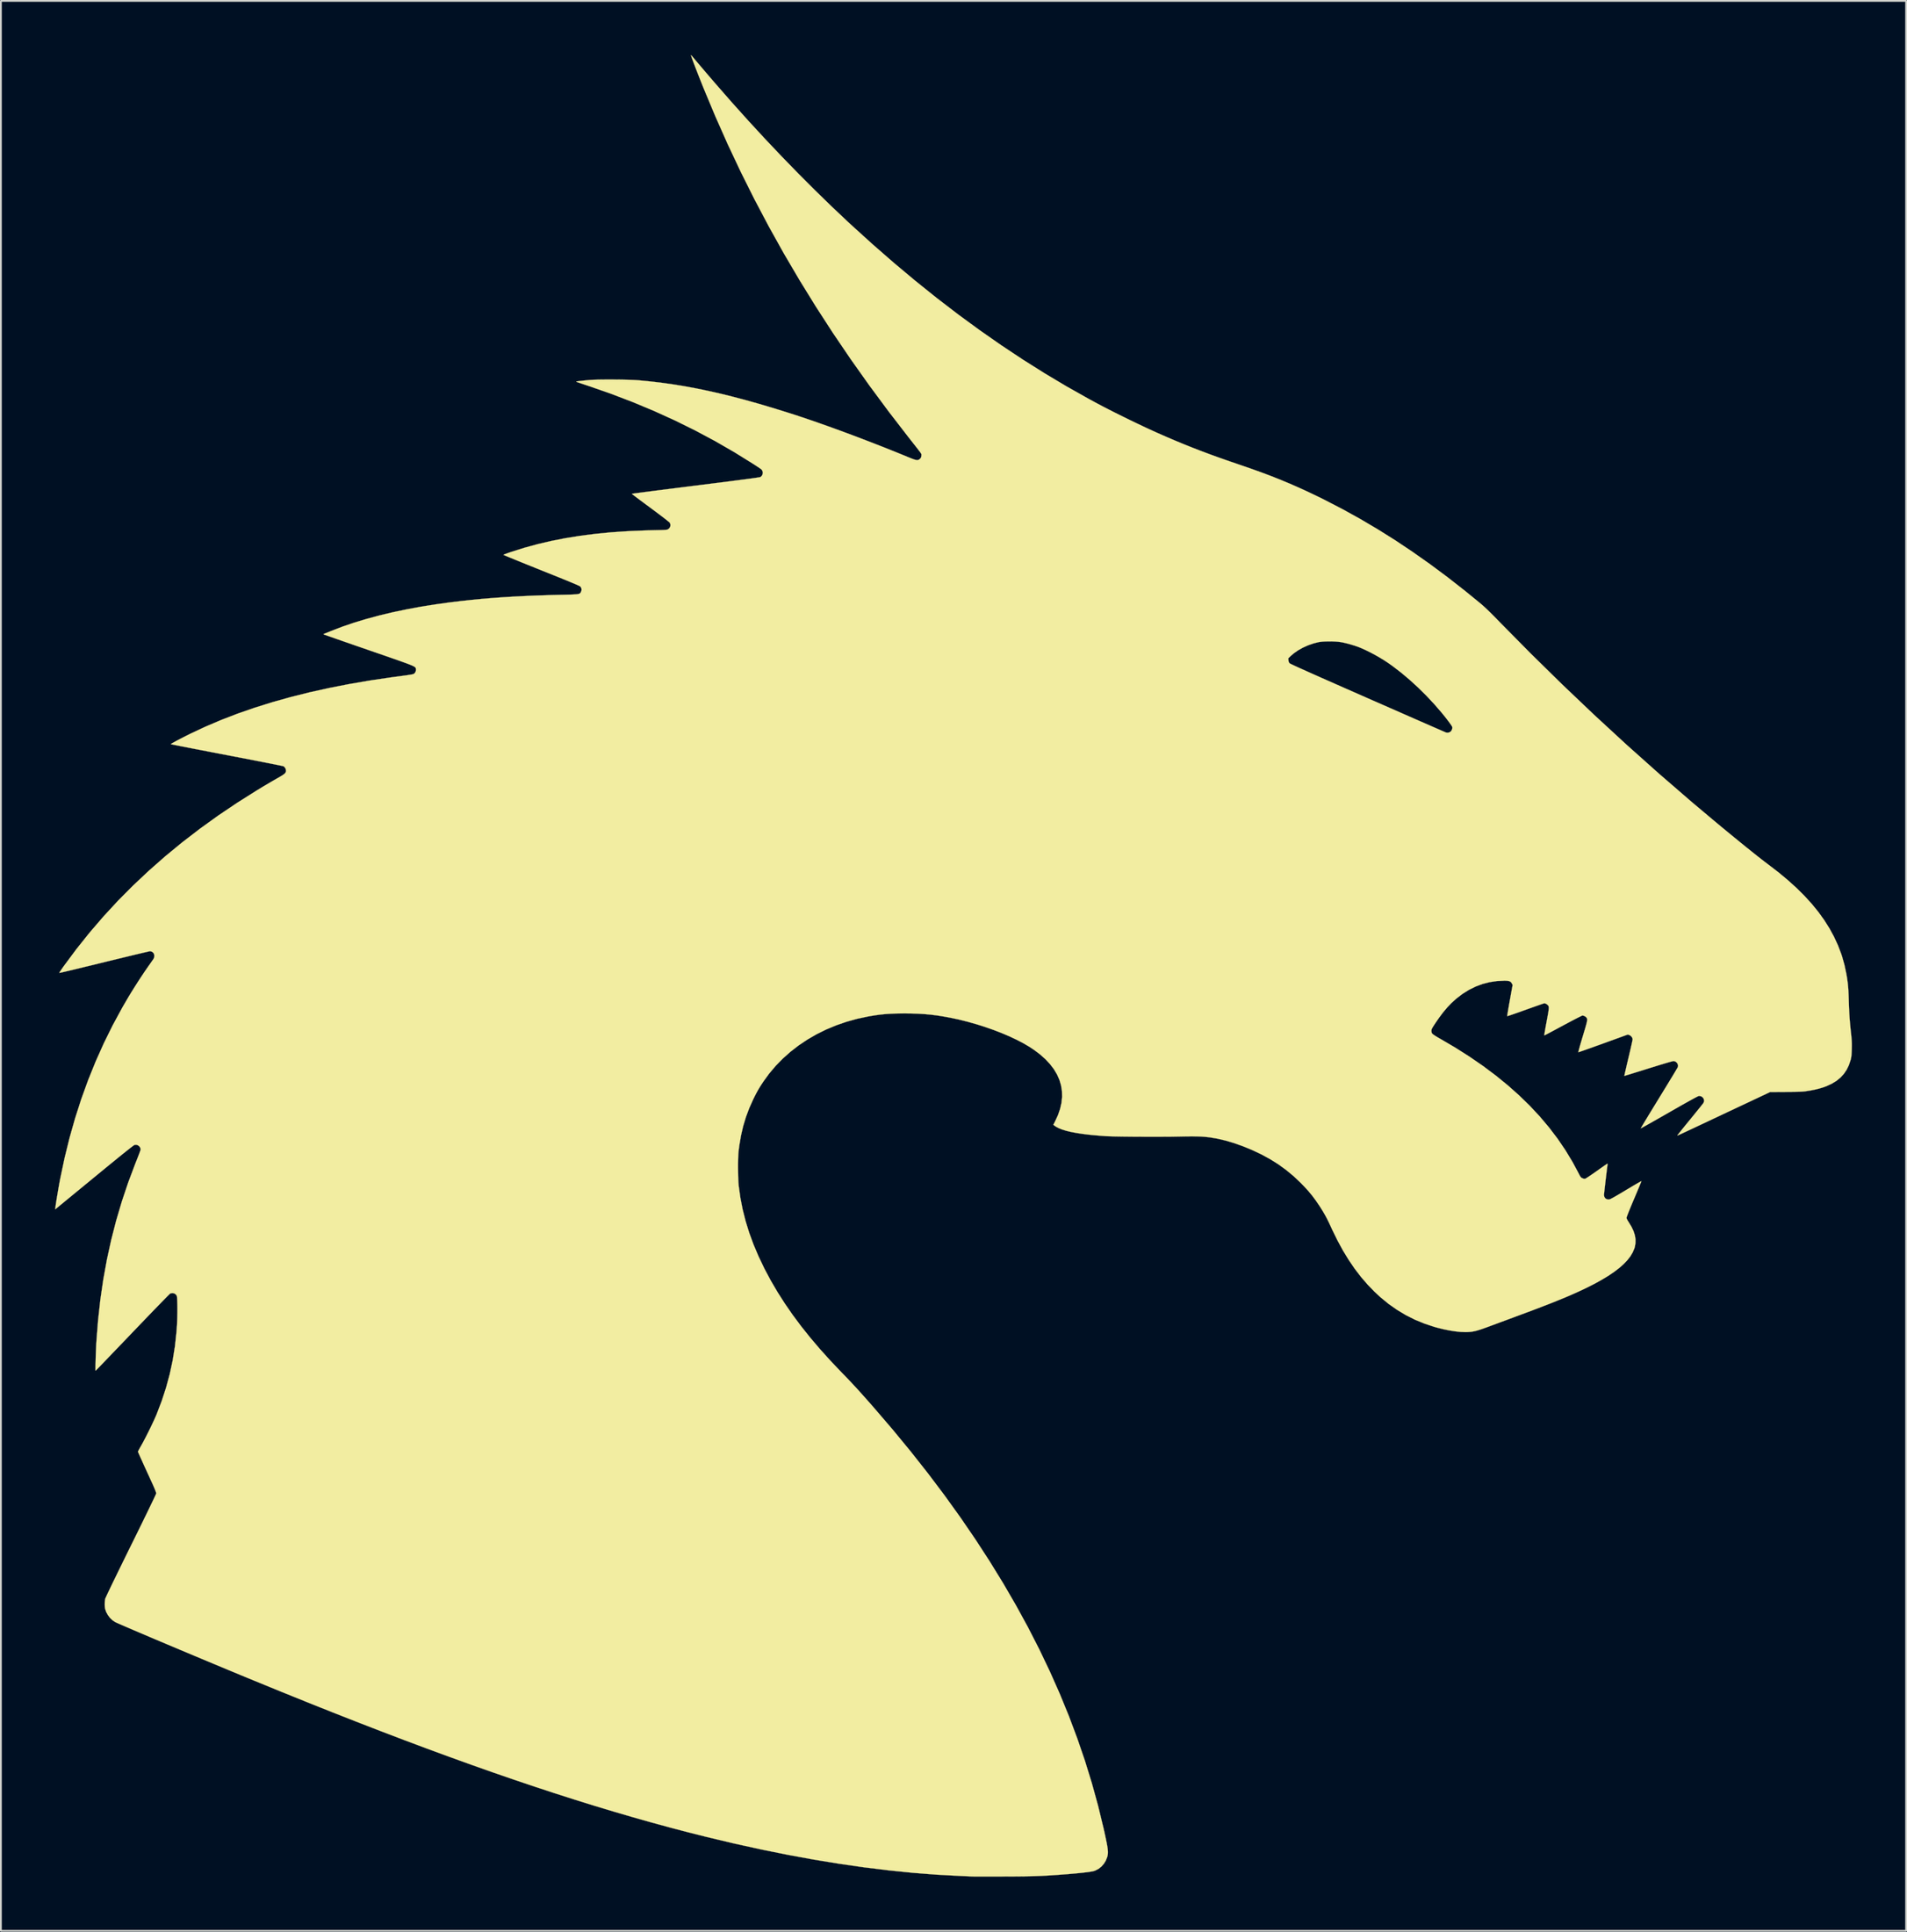
<source format=kicad_pcb>
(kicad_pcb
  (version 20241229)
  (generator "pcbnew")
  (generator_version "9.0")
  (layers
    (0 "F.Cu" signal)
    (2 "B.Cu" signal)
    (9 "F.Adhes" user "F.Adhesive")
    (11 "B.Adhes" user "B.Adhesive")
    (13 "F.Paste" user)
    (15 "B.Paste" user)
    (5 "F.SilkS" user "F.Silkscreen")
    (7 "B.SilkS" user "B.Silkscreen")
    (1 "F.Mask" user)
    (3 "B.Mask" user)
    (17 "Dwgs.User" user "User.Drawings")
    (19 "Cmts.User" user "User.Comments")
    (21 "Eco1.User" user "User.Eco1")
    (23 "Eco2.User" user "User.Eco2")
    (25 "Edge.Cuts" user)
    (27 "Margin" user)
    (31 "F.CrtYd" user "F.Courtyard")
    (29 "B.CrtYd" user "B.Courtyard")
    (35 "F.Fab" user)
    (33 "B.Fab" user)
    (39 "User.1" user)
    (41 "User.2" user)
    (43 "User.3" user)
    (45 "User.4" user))
  (footprint "Badge_DragonJAR_2024_Serigrafia"
    (layer "F.Cu")
    (at 49.711 50.359)
    (property "Reference" "Badge_DragonJAR_2024_Serigrafia" (at 0 0 0) (layer "F.SilkS") (effects (font (size 1.27 1.27) (thickness 0.15))))
    (attr through_hole)
    (fp_poly (pts (xy -14.511 -50.345) (xy -14.477 -50.311) (xy -14.451 -50.28) (xy -14.39 -50.207) (xy -14.305 -50.105) (xy -14.2 -49.98) (xy -14.078 -49.837) (xy -13.944 -49.679) (xy -13.801 -49.511) (xy -13.653 -49.337) (xy -13.503 -49.163) (xy -13.356 -48.991) (xy -13.215 -48.828) (xy -13.145 -48.747) (xy -12.259 -47.734) (xy -11.357 -46.73) (xy -10.445 -45.741) (xy -9.525 -44.77) (xy -8.603 -43.821) (xy -7.682 -42.899) (xy -6.767 -42.008) (xy -5.86 -41.151) (xy -5.667 -40.972) (xy -4.484 -39.9) (xy -3.303 -38.87) (xy -2.12 -37.88) (xy -0.937 -36.931) (xy 0.25 -36.021) (xy 1.44 -35.15) (xy 2.634 -34.317) (xy 3.833 -33.521) (xy 5.039 -32.762) (xy 6.253 -32.038) (xy 7.475 -31.35) (xy 7.927 -31.105) (xy 8.24 -30.94) (xy 8.584 -30.762) (xy 8.95 -30.577) (xy 9.33 -30.388) (xy 9.717 -30.198) (xy 10.102 -30.012) (xy 10.477 -29.834) (xy 10.835 -29.667) (xy 11.167 -29.516) (xy 11.285 -29.463) (xy 11.784 -29.244) (xy 12.269 -29.037) (xy 12.747 -28.839) (xy 13.224 -28.648) (xy 13.708 -28.461) (xy 14.205 -28.275) (xy 14.723 -28.088) (xy 15.268 -27.897) (xy 15.847 -27.699) (xy 15.862 -27.694) (xy 16.461 -27.487) (xy 17.027 -27.284) (xy 17.566 -27.081) (xy 18.087 -26.875) (xy 18.597 -26.662) (xy 19.104 -26.44) (xy 19.615 -26.206) (xy 20.139 -25.955) (xy 20.532 -25.761) (xy 21.521 -25.249) (xy 22.501 -24.707) (xy 23.473 -24.133) (xy 24.44 -23.526) (xy 25.403 -22.883) (xy 26.365 -22.205) (xy 27.328 -21.489) (xy 28.295 -20.733) (xy 29.079 -20.094) (xy 29.184 -20.006) (xy 29.287 -19.916) (xy 29.391 -19.822) (xy 29.501 -19.72) (xy 29.62 -19.604) (xy 29.754 -19.473) (xy 29.905 -19.321) (xy 30.077 -19.146) (xy 30.239 -18.979) (xy 31.95 -17.248) (xy 33.687 -15.543) (xy 35.448 -13.868) (xy 37.232 -12.225) (xy 39.035 -10.616) (xy 40.854 -9.044) (xy 42.061 -8.03) (xy 42.467 -7.692) (xy 42.854 -7.373) (xy 43.219 -7.074) (xy 43.561 -6.795) (xy 43.879 -6.537) (xy 44.172 -6.302) (xy 44.438 -6.09) (xy 44.676 -5.903) (xy 44.885 -5.742) (xy 45.064 -5.607) (xy 45.074 -5.599) (xy 45.637 -5.167) (xy 46.157 -4.735) (xy 46.637 -4.301) (xy 47.077 -3.864) (xy 47.478 -3.425) (xy 47.841 -2.98) (xy 48.166 -2.53) (xy 48.455 -2.073) (xy 48.708 -1.609) (xy 48.927 -1.136) (xy 49.111 -0.654) (xy 49.158 -0.511) (xy 49.288 -0.052) (xy 49.391 0.436) (xy 49.413 0.558) (xy 49.438 0.714) (xy 49.458 0.858) (xy 49.475 0.996) (xy 49.489 1.136) (xy 49.501 1.287) (xy 49.51 1.455) (xy 49.519 1.647) (xy 49.527 1.872) (xy 49.53 1.961) (xy 49.539 2.22) (xy 49.548 2.447) (xy 49.558 2.652) (xy 49.57 2.847) (xy 49.585 3.04) (xy 49.603 3.244) (xy 49.625 3.467) (xy 49.649 3.694) (xy 49.668 3.876) (xy 49.682 4.027) (xy 49.691 4.158) (xy 49.696 4.281) (xy 49.697 4.406) (xy 49.695 4.544) (xy 49.694 4.604) (xy 49.689 4.757) (xy 49.683 4.877) (xy 49.675 4.975) (xy 49.663 5.058) (xy 49.648 5.136) (xy 49.63 5.21) (xy 49.536 5.493) (xy 49.411 5.75) (xy 49.255 5.981) (xy 49.065 6.187) (xy 48.842 6.368) (xy 48.584 6.525) (xy 48.292 6.659) (xy 48.091 6.731) (xy 47.882 6.794) (xy 47.663 6.848) (xy 47.423 6.895) (xy 47.17 6.935) (xy 47.094 6.945) (xy 47.011 6.954) (xy 46.916 6.96) (xy 46.805 6.966) (xy 46.672 6.97) (xy 46.512 6.973) (xy 46.321 6.975) (xy 46.094 6.977) (xy 46.048 6.977) (xy 45.18 6.982) (xy 42.788 8.107) (xy 42.41 8.286) (xy 42.067 8.447) (xy 41.76 8.592) (xy 41.485 8.721) (xy 41.241 8.836) (xy 41.026 8.937) (xy 40.839 9.025) (xy 40.676 9.101) (xy 40.538 9.166) (xy 40.421 9.22) (xy 40.324 9.265) (xy 40.246 9.302) (xy 40.183 9.33) (xy 40.135 9.352) (xy 40.099 9.368) (xy 40.074 9.379) (xy 40.058 9.385) (xy 40.049 9.387) (xy 40.046 9.387) (xy 40.045 9.386) (xy 40.047 9.383) (xy 40.047 9.38) (xy 40.047 9.38) (xy 40.06 9.361) (xy 40.098 9.313) (xy 40.157 9.238) (xy 40.236 9.14) (xy 40.331 9.021) (xy 40.441 8.885) (xy 40.563 8.735) (xy 40.695 8.574) (xy 40.749 8.508) (xy 40.885 8.342) (xy 41.013 8.184) (xy 41.132 8.037) (xy 41.239 7.905) (xy 41.33 7.792) (xy 41.403 7.7) (xy 41.456 7.633) (xy 41.485 7.594) (xy 41.489 7.588) (xy 41.523 7.5) (xy 41.52 7.41) (xy 41.486 7.327) (xy 41.427 7.259) (xy 41.347 7.214) (xy 41.252 7.199) (xy 41.235 7.2) (xy 41.206 7.21) (xy 41.15 7.235) (xy 41.066 7.278) (xy 40.953 7.338) (xy 40.811 7.416) (xy 40.637 7.512) (xy 40.43 7.628) (xy 40.191 7.763) (xy 39.918 7.919) (xy 39.609 8.096) (xy 39.596 8.103) (xy 39.359 8.239) (xy 39.134 8.367) (xy 38.922 8.488) (xy 38.725 8.6) (xy 38.548 8.7) (xy 38.391 8.788) (xy 38.259 8.862) (xy 38.154 8.921) (xy 38.078 8.962) (xy 38.034 8.986) (xy 38.024 8.99) (xy 38.033 8.971) (xy 38.063 8.918) (xy 38.112 8.835) (xy 38.179 8.723) (xy 38.262 8.585) (xy 38.36 8.424) (xy 38.47 8.242) (xy 38.592 8.042) (xy 38.724 7.826) (xy 38.865 7.596) (xy 39.012 7.356) (xy 39.033 7.321) (xy 39.182 7.079) (xy 39.325 6.845) (xy 39.46 6.624) (xy 39.586 6.417) (xy 39.701 6.228) (xy 39.804 6.059) (xy 39.892 5.912) (xy 39.965 5.79) (xy 40.02 5.696) (xy 40.057 5.633) (xy 40.073 5.603) (xy 40.074 5.602) (xy 40.084 5.515) (xy 40.06 5.428) (xy 40.009 5.353) (xy 39.936 5.297) (xy 39.85 5.271) (xy 39.832 5.271) (xy 39.795 5.277) (xy 39.72 5.296) (xy 39.609 5.326) (xy 39.466 5.367) (xy 39.292 5.419) (xy 39.09 5.479) (xy 38.863 5.549) (xy 38.613 5.627) (xy 38.433 5.683) (xy 38.206 5.754) (xy 37.992 5.821) (xy 37.793 5.882) (xy 37.613 5.938) (xy 37.456 5.987) (xy 37.324 6.027) (xy 37.221 6.058) (xy 37.15 6.079) (xy 37.115 6.088) (xy 37.112 6.089) (xy 37.115 6.067) (xy 37.128 6.009) (xy 37.148 5.918) (xy 37.176 5.797) (xy 37.21 5.652) (xy 37.248 5.485) (xy 37.292 5.302) (xy 37.338 5.106) (xy 37.385 4.908) (xy 37.429 4.72) (xy 37.469 4.548) (xy 37.503 4.395) (xy 37.532 4.266) (xy 37.553 4.166) (xy 37.567 4.098) (xy 37.571 4.069) (xy 37.552 3.986) (xy 37.5 3.909) (xy 37.427 3.85) (xy 37.389 3.833) (xy 37.303 3.803) (xy 35.945 4.295) (xy 35.716 4.378) (xy 35.498 4.456) (xy 35.296 4.529) (xy 35.111 4.594) (xy 34.948 4.652) (xy 34.81 4.7) (xy 34.7 4.738) (xy 34.621 4.765) (xy 34.576 4.778) (xy 34.568 4.78) (xy 34.57 4.759) (xy 34.583 4.702) (xy 34.607 4.612) (xy 34.639 4.495) (xy 34.679 4.354) (xy 34.726 4.193) (xy 34.778 4.017) (xy 34.812 3.905) (xy 34.877 3.687) (xy 34.932 3.506) (xy 34.975 3.357) (xy 35.008 3.237) (xy 35.032 3.142) (xy 35.047 3.067) (xy 35.055 3.01) (xy 35.055 2.966) (xy 35.05 2.932) (xy 35.038 2.902) (xy 35.022 2.874) (xy 35.016 2.865) (xy 34.966 2.817) (xy 34.894 2.776) (xy 34.818 2.754) (xy 34.794 2.752) (xy 34.766 2.761) (xy 34.704 2.79) (xy 34.613 2.835) (xy 34.495 2.894) (xy 34.355 2.967) (xy 34.195 3.05) (xy 34.019 3.143) (xy 33.832 3.243) (xy 33.722 3.302) (xy 33.53 3.405) (xy 33.35 3.502) (xy 33.184 3.591) (xy 33.036 3.67) (xy 32.909 3.737) (xy 32.808 3.79) (xy 32.734 3.828) (xy 32.693 3.849) (xy 32.684 3.852) (xy 32.684 3.832) (xy 32.692 3.775) (xy 32.705 3.686) (xy 32.725 3.569) (xy 32.749 3.429) (xy 32.778 3.271) (xy 32.81 3.098) (xy 32.849 2.89) (xy 32.88 2.72) (xy 32.904 2.582) (xy 32.92 2.474) (xy 32.93 2.389) (xy 32.933 2.325) (xy 32.93 2.277) (xy 32.921 2.241) (xy 32.907 2.211) (xy 32.887 2.185) (xy 32.878 2.175) (xy 32.82 2.127) (xy 32.751 2.09) (xy 32.691 2.074) (xy 32.688 2.074) (xy 32.662 2.081) (xy 32.599 2.101) (xy 32.504 2.133) (xy 32.382 2.176) (xy 32.235 2.227) (xy 32.069 2.286) (xy 31.886 2.351) (xy 31.691 2.421) (xy 31.648 2.436) (xy 31.452 2.506) (xy 31.269 2.572) (xy 31.101 2.631) (xy 30.953 2.682) (xy 30.828 2.725) (xy 30.731 2.757) (xy 30.666 2.778) (xy 30.635 2.785) (xy 30.633 2.785) (xy 30.634 2.762) (xy 30.642 2.702) (xy 30.656 2.609) (xy 30.676 2.488) (xy 30.701 2.343) (xy 30.729 2.179) (xy 30.761 1.999) (xy 30.776 1.918) (xy 30.931 1.064) (xy 30.891 0.984) (xy 30.851 0.921) (xy 30.8 0.876) (xy 30.729 0.847) (xy 30.634 0.831) (xy 30.504 0.826) (xy 30.474 0.826) (xy 30.058 0.846) (xy 29.653 0.907) (xy 29.26 1.008) (xy 28.88 1.15) (xy 28.511 1.333) (xy 28.156 1.555) (xy 27.813 1.818) (xy 27.781 1.846) (xy 27.542 2.065) (xy 27.311 2.306) (xy 27.085 2.574) (xy 26.859 2.875) (xy 26.668 3.152) (xy 26.588 3.273) (xy 26.529 3.365) (xy 26.488 3.434) (xy 26.461 3.486) (xy 26.446 3.527) (xy 26.439 3.563) (xy 26.437 3.6) (xy 26.445 3.681) (xy 26.474 3.743) (xy 26.49 3.763) (xy 26.524 3.792) (xy 26.588 3.837) (xy 26.677 3.895) (xy 26.784 3.96) (xy 26.902 4.028) (xy 26.929 4.043) (xy 27.755 4.527) (xy 28.541 5.026) (xy 29.288 5.54) (xy 29.995 6.069) (xy 30.663 6.613) (xy 31.292 7.172) (xy 31.881 7.746) (xy 32.431 8.335) (xy 32.942 8.94) (xy 33.414 9.56) (xy 33.847 10.196) (xy 34.241 10.847) (xy 34.547 11.416) (xy 34.604 11.528) (xy 34.647 11.608) (xy 34.681 11.663) (xy 34.71 11.7) (xy 34.738 11.724) (xy 34.772 11.743) (xy 34.793 11.752) (xy 34.864 11.778) (xy 34.919 11.783) (xy 34.955 11.775) (xy 34.988 11.758) (xy 35.05 11.719) (xy 35.138 11.662) (xy 35.246 11.59) (xy 35.369 11.505) (xy 35.504 11.411) (xy 35.581 11.357) (xy 35.717 11.26) (xy 35.843 11.172) (xy 35.954 11.094) (xy 36.046 11.03) (xy 36.115 10.983) (xy 36.156 10.956) (xy 36.166 10.95) (xy 36.182 10.959) (xy 36.182 10.99) (xy 36.174 11.041) (xy 36.163 11.127) (xy 36.149 11.239) (xy 36.133 11.374) (xy 36.115 11.525) (xy 36.095 11.686) (xy 36.076 11.852) (xy 36.056 12.018) (xy 36.038 12.177) (xy 36.021 12.323) (xy 36.006 12.452) (xy 35.995 12.557) (xy 35.987 12.633) (xy 35.983 12.674) (xy 35.983 12.678) (xy 36.002 12.778) (xy 36.054 12.857) (xy 36.131 12.91) (xy 36.229 12.929) (xy 36.267 12.927) (xy 36.299 12.919) (xy 36.347 12.899) (xy 36.414 12.865) (xy 36.504 12.817) (xy 36.619 12.752) (xy 36.76 12.67) (xy 36.932 12.569) (xy 37.137 12.447) (xy 37.2 12.408) (xy 37.372 12.306) (xy 37.532 12.21) (xy 37.677 12.125) (xy 37.804 12.051) (xy 37.908 11.991) (xy 37.987 11.947) (xy 38.036 11.921) (xy 38.053 11.915) (xy 38.046 11.937) (xy 38.024 11.994) (xy 37.988 12.082) (xy 37.941 12.198) (xy 37.882 12.338) (xy 37.815 12.498) (xy 37.741 12.674) (xy 37.661 12.863) (xy 37.645 12.9) (xy 37.555 13.113) (xy 37.473 13.309) (xy 37.401 13.484) (xy 37.34 13.635) (xy 37.292 13.759) (xy 37.257 13.853) (xy 37.237 13.914) (xy 37.232 13.936) (xy 37.245 13.993) (xy 37.285 14.074) (xy 37.351 14.18) (xy 37.504 14.431) (xy 37.618 14.67) (xy 37.692 14.9) (xy 37.729 15.122) (xy 37.727 15.34) (xy 37.689 15.555) (xy 37.664 15.637) (xy 37.573 15.852) (xy 37.444 16.068) (xy 37.277 16.283) (xy 37.07 16.5) (xy 36.824 16.717) (xy 36.538 16.935) (xy 36.211 17.155) (xy 35.843 17.377) (xy 35.434 17.601) (xy 35.063 17.789) (xy 34.832 17.9) (xy 34.595 18.011) (xy 34.347 18.123) (xy 34.086 18.238) (xy 33.808 18.356) (xy 33.51 18.478) (xy 33.191 18.607) (xy 32.845 18.743) (xy 32.471 18.887) (xy 32.066 19.041) (xy 31.625 19.206) (xy 31.221 19.356) (xy 31.004 19.437) (xy 30.772 19.523) (xy 30.534 19.611) (xy 30.299 19.698) (xy 30.077 19.78) (xy 29.874 19.855) (xy 29.701 19.919) (xy 29.676 19.929) (xy 29.451 20.012) (xy 29.259 20.08) (xy 29.095 20.134) (xy 28.952 20.177) (xy 28.825 20.209) (xy 28.709 20.231) (xy 28.596 20.246) (xy 28.482 20.255) (xy 28.361 20.259) (xy 28.301 20.259) (xy 28.045 20.249) (xy 27.76 20.219) (xy 27.452 20.171) (xy 27.128 20.106) (xy 26.797 20.026) (xy 26.596 19.97) (xy 26.05 19.789) (xy 25.523 19.572) (xy 25.017 19.317) (xy 24.531 19.025) (xy 24.063 18.696) (xy 23.615 18.328) (xy 23.299 18.036) (xy 22.912 17.637) (xy 22.544 17.211) (xy 22.195 16.757) (xy 21.864 16.271) (xy 21.547 15.753) (xy 21.245 15.198) (xy 20.954 14.606) (xy 20.885 14.454) (xy 20.767 14.203) (xy 20.657 13.979) (xy 20.545 13.772) (xy 20.427 13.57) (xy 20.296 13.359) (xy 20.221 13.245) (xy 20.03 12.966) (xy 19.839 12.711) (xy 19.637 12.466) (xy 19.415 12.222) (xy 19.2 12) (xy 18.808 11.631) (xy 18.401 11.294) (xy 17.976 10.985) (xy 17.526 10.702) (xy 17.047 10.44) (xy 16.534 10.197) (xy 16.457 10.164) (xy 15.975 9.968) (xy 15.502 9.802) (xy 15.042 9.666) (xy 14.6 9.562) (xy 14.203 9.494) (xy 14.047 9.475) (xy 13.891 9.46) (xy 13.728 9.448) (xy 13.553 9.44) (xy 13.36 9.436) (xy 13.145 9.435) (xy 12.9 9.437) (xy 12.621 9.442) (xy 12.488 9.445) (xy 12.298 9.448) (xy 12.08 9.452) (xy 11.839 9.454) (xy 11.578 9.455) (xy 11.304 9.456) (xy 11.018 9.457) (xy 10.727 9.456) (xy 10.434 9.455) (xy 10.144 9.454) (xy 9.86 9.452) (xy 9.587 9.449) (xy 9.329 9.446) (xy 9.092 9.442) (xy 8.877 9.438) (xy 8.692 9.433) (xy 8.538 9.428) (xy 8.421 9.423) (xy 8.393 9.421) (xy 7.932 9.385) (xy 7.513 9.345) (xy 7.134 9.298) (xy 6.795 9.247) (xy 6.494 9.189) (xy 6.231 9.126) (xy 6.006 9.056) (xy 5.816 8.98) (xy 5.661 8.898) (xy 5.569 8.833) (xy 5.521 8.793) (xy 5.618 8.604) (xy 5.777 8.257) (xy 5.894 7.916) (xy 5.97 7.581) (xy 6.004 7.253) (xy 5.996 6.932) (xy 5.947 6.618) (xy 5.857 6.312) (xy 5.725 6.014) (xy 5.553 5.724) (xy 5.339 5.443) (xy 5.085 5.17) (xy 4.79 4.907) (xy 4.455 4.654) (xy 4.202 4.486) (xy 3.867 4.289) (xy 3.495 4.095) (xy 3.092 3.905) (xy 2.661 3.722) (xy 2.209 3.548) (xy 1.741 3.384) (xy 1.262 3.233) (xy 0.776 3.095) (xy 0.29 2.974) (xy -0.148 2.88) (xy -0.538 2.808) (xy -0.906 2.749) (xy -1.262 2.704) (xy -1.618 2.672) (xy -1.986 2.65) (xy -2.376 2.639) (xy -2.678 2.637) (xy -2.996 2.638) (xy -3.282 2.644) (xy -3.543 2.656) (xy -3.789 2.673) (xy -4.028 2.697) (xy -4.27 2.728) (xy -4.523 2.768) (xy -4.737 2.805) (xy -5.343 2.935) (xy -5.933 3.099) (xy -6.504 3.297) (xy -7.056 3.527) (xy -7.585 3.789) (xy -8.091 4.082) (xy -8.572 4.404) (xy -9.025 4.755) (xy -9.45 5.133) (xy -9.845 5.537) (xy -10.208 5.967) (xy -10.517 6.392) (xy -10.635 6.57) (xy -10.736 6.73) (xy -10.828 6.885) (xy -10.916 7.046) (xy -11.009 7.225) (xy -11.09 7.391) (xy -11.307 7.875) (xy -11.491 8.366) (xy -11.643 8.87) (xy -11.764 9.393) (xy -11.857 9.94) (xy -11.9 10.276) (xy -11.91 10.405) (xy -11.918 10.569) (xy -11.924 10.758) (xy -11.927 10.966) (xy -11.927 11.183) (xy -11.925 11.403) (xy -11.921 11.617) (xy -11.914 11.817) (xy -11.905 11.995) (xy -11.893 12.142) (xy -11.889 12.181) (xy -11.798 12.833) (xy -11.671 13.48) (xy -11.508 14.125) (xy -11.308 14.77) (xy -11.07 15.418) (xy -10.792 16.073) (xy -10.475 16.735) (xy -10.455 16.775) (xy -10.117 17.409) (xy -9.748 18.039) (xy -9.348 18.666) (xy -8.915 19.293) (xy -8.448 19.921) (xy -7.945 20.552) (xy -7.405 21.187) (xy -6.827 21.829) (xy -6.209 22.479) (xy -6.138 22.553) (xy -5.952 22.744) (xy -5.769 22.935) (xy -5.585 23.131) (xy -5.396 23.335) (xy -5.198 23.552) (xy -4.987 23.788) (xy -4.758 24.045) (xy -4.508 24.329) (xy -4.423 24.426) (xy -3.38 25.641) (xy -2.38 26.855) (xy -1.422 28.069) (xy -0.506 29.283) (xy 0.368 30.498) (xy 1.2 31.714) (xy 1.991 32.93) (xy 2.741 34.148) (xy 3.449 35.367) (xy 4.117 36.587) (xy 4.743 37.81) (xy 5.328 39.034) (xy 5.873 40.262) (xy 6.377 41.491) (xy 6.84 42.724) (xy 7.264 43.96) (xy 7.647 45.199) (xy 7.99 46.442) (xy 8.293 47.688) (xy 8.329 47.847) (xy 8.385 48.102) (xy 8.431 48.32) (xy 8.469 48.505) (xy 8.498 48.661) (xy 8.518 48.792) (xy 8.531 48.903) (xy 8.537 48.998) (xy 8.536 49.08) (xy 8.529 49.154) (xy 8.516 49.223) (xy 8.499 49.289) (xy 8.422 49.486) (xy 8.313 49.664) (xy 8.176 49.819) (xy 8.016 49.945) (xy 7.837 50.037) (xy 7.769 50.061) (xy 7.682 50.082) (xy 7.554 50.104) (xy 7.386 50.128) (xy 7.179 50.152) (xy 6.934 50.178) (xy 6.653 50.204) (xy 6.336 50.232) (xy 5.984 50.259) (xy 5.98 50.26) (xy 5.73 50.278) (xy 5.5 50.294) (xy 5.286 50.308) (xy 5.081 50.32) (xy 4.88 50.331) (xy 4.679 50.339) (xy 4.472 50.346) (xy 4.254 50.351) (xy 4.02 50.356) (xy 3.764 50.359) (xy 3.482 50.362) (xy 3.168 50.364) (xy 2.818 50.365) (xy 2.794 50.365) (xy 2.532 50.366) (xy 2.279 50.367) (xy 2.039 50.367) (xy 1.816 50.367) (xy 1.612 50.367) (xy 1.433 50.367) (xy 1.282 50.366) (xy 1.161 50.366) (xy 1.075 50.365) (xy 1.028 50.364) (xy 1.027 50.364) (xy 0.964 50.361) (xy 0.866 50.357) (xy 0.743 50.351) (xy 0.6 50.345) (xy 0.447 50.339) (xy 0.339 50.334) (xy -0.942 50.264) (xy -2.249 50.162) (xy -3.584 50.027) (xy -4.945 49.86) (xy -6.332 49.661) (xy -7.746 49.429) (xy -9.185 49.165) (xy -10.651 48.869) (xy -12.142 48.541) (xy -13.659 48.18) (xy -14.69 47.921) (xy -15.697 47.656) (xy -16.717 47.378) (xy -17.752 47.085) (xy -18.802 46.778) (xy -19.869 46.457) (xy -20.953 46.119) (xy -22.057 45.766) (xy -23.181 45.396) (xy -24.326 45.01) (xy -25.494 44.607) (xy -26.686 44.186) (xy -27.903 43.747) (xy -29.146 43.29) (xy -30.417 42.814) (xy -31.716 42.319) (xy -33.046 41.804) (xy -34.406 41.27) (xy -35.799 40.714) (xy -37.225 40.138) (xy -38.686 39.54) (xy -39.074 39.381) (xy -39.413 39.241) (xy -39.764 39.095) (xy -40.127 38.945) (xy -40.497 38.79) (xy -40.874 38.633) (xy -41.255 38.474) (xy -41.638 38.314) (xy -42.021 38.154) (xy -42.401 37.994) (xy -42.777 37.837) (xy -43.146 37.681) (xy -43.506 37.53) (xy -43.855 37.382) (xy -44.191 37.241) (xy -44.511 37.105) (xy -44.814 36.976) (xy -45.096 36.856) (xy -45.357 36.745) (xy -45.594 36.643) (xy -45.805 36.552) (xy -45.987 36.474) (xy -46.139 36.407) (xy -46.258 36.355) (xy -46.342 36.316) (xy -46.386 36.295) (xy -46.536 36.195) (xy -46.674 36.063) (xy -46.792 35.907) (xy -46.885 35.738) (xy -46.945 35.564) (xy -46.946 35.56) (xy -46.962 35.451) (xy -46.967 35.319) (xy -46.963 35.183) (xy -46.949 35.06) (xy -46.938 35.006) (xy -46.925 34.973) (xy -46.894 34.905) (xy -46.847 34.803) (xy -46.784 34.67) (xy -46.707 34.508) (xy -46.616 34.319) (xy -46.513 34.105) (xy -46.398 33.869) (xy -46.273 33.612) (xy -46.139 33.338) (xy -45.996 33.047) (xy -45.847 32.743) (xy -45.692 32.427) (xy -45.531 32.102) (xy -45.518 32.075) (xy -45.357 31.75) (xy -45.202 31.435) (xy -45.053 31.132) (xy -44.911 30.842) (xy -44.778 30.569) (xy -44.653 30.314) (xy -44.539 30.079) (xy -44.437 29.867) (xy -44.347 29.68) (xy -44.27 29.52) (xy -44.208 29.388) (xy -44.161 29.288) (xy -44.131 29.221) (xy -44.119 29.19) (xy -44.118 29.189) (xy -44.118 29.168) (xy -44.124 29.138) (xy -44.136 29.097) (xy -44.157 29.041) (xy -44.186 28.966) (xy -44.226 28.871) (xy -44.278 28.752) (xy -44.343 28.607) (xy -44.423 28.432) (xy -44.518 28.224) (xy -44.618 28.006) (xy -44.711 27.802) (xy -44.799 27.61) (xy -44.879 27.433) (xy -44.951 27.274) (xy -45.013 27.136) (xy -45.063 27.024) (xy -45.1 26.94) (xy -45.122 26.888) (xy -45.127 26.873) (xy -45.117 26.847) (xy -45.089 26.791) (xy -45.047 26.712) (xy -44.993 26.616) (xy -44.945 26.532) (xy -44.855 26.37) (xy -44.753 26.179) (xy -44.645 25.968) (xy -44.533 25.746) (xy -44.422 25.521) (xy -44.318 25.302) (xy -44.223 25.098) (xy -44.142 24.916) (xy -44.102 24.823) (xy -43.817 24.081) (xy -43.573 23.335) (xy -43.369 22.582) (xy -43.205 21.82) (xy -43.081 21.045) (xy -42.996 20.255) (xy -42.968 19.875) (xy -42.96 19.717) (xy -42.954 19.545) (xy -42.95 19.363) (xy -42.947 19.179) (xy -42.946 18.997) (xy -42.947 18.822) (xy -42.95 18.661) (xy -42.954 18.519) (xy -42.96 18.401) (xy -42.967 18.314) (xy -42.976 18.262) (xy -42.978 18.256) (xy -43.032 18.177) (xy -43.111 18.124) (xy -43.205 18.1) (xy -43.302 18.11) (xy -43.347 18.128) (xy -43.369 18.147) (xy -43.418 18.195) (xy -43.493 18.269) (xy -43.591 18.369) (xy -43.713 18.493) (xy -43.854 18.638) (xy -44.015 18.803) (xy -44.193 18.986) (xy -44.386 19.186) (xy -44.593 19.401) (xy -44.811 19.628) (xy -45.04 19.866) (xy -45.278 20.114) (xy -45.434 20.277) (xy -45.675 20.529) (xy -45.908 20.772) (xy -46.132 21.005) (xy -46.344 21.226) (xy -46.543 21.433) (xy -46.727 21.625) (xy -46.895 21.8) (xy -47.045 21.955) (xy -47.175 22.09) (xy -47.284 22.203) (xy -47.37 22.291) (xy -47.431 22.353) (xy -47.465 22.388) (xy -47.472 22.394) (xy -47.476 22.374) (xy -47.477 22.317) (xy -47.477 22.227) (xy -47.476 22.11) (xy -47.473 21.971) (xy -47.469 21.816) (xy -47.464 21.648) (xy -47.458 21.474) (xy -47.451 21.298) (xy -47.444 21.126) (xy -47.436 20.962) (xy -47.428 20.812) (xy -47.424 20.754) (xy -47.333 19.597) (xy -47.207 18.462) (xy -47.044 17.346) (xy -46.844 16.247) (xy -46.607 15.164) (xy -46.332 14.094) (xy -46.019 13.037) (xy -45.668 11.99) (xy -45.277 10.951) (xy -45.21 10.782) (xy -45.151 10.634) (xy -45.098 10.497) (xy -45.052 10.376) (xy -45.015 10.277) (xy -44.991 10.205) (xy -44.98 10.165) (xy -44.979 10.161) (xy -44.998 10.068) (xy -45.05 9.989) (xy -45.125 9.93) (xy -45.214 9.9) (xy -45.308 9.904) (xy -45.312 9.905) (xy -45.336 9.917) (xy -45.379 9.946) (xy -45.443 9.993) (xy -45.53 10.059) (xy -45.639 10.145) (xy -45.773 10.251) (xy -45.932 10.378) (xy -46.118 10.528) (xy -46.331 10.701) (xy -46.573 10.898) (xy -46.844 11.119) (xy -47.146 11.367) (xy -47.384 11.562) (xy -47.64 11.772) (xy -47.889 11.977) (xy -48.129 12.174) (xy -48.358 12.362) (xy -48.574 12.539) (xy -48.773 12.703) (xy -48.955 12.852) (xy -49.117 12.985) (xy -49.256 13.1) (xy -49.371 13.194) (xy -49.459 13.266) (xy -49.518 13.315) (xy -49.541 13.334) (xy -49.706 13.47) (xy -49.691 13.334) (xy -49.68 13.256) (xy -49.664 13.143) (xy -49.642 13.003) (xy -49.616 12.841) (xy -49.586 12.664) (xy -49.555 12.48) (xy -49.523 12.295) (xy -49.491 12.116) (xy -49.461 11.949) (xy -49.433 11.802) (xy -49.433 11.8) (xy -49.192 10.657) (xy -48.917 9.538) (xy -48.607 8.442) (xy -48.262 7.369) (xy -47.881 6.318) (xy -47.465 5.289) (xy -47.013 4.281) (xy -46.525 3.293) (xy -46 2.325) (xy -45.651 1.725) (xy -45.485 1.452) (xy -45.305 1.165) (xy -45.119 0.873) (xy -44.932 0.587) (xy -44.75 0.316) (xy -44.58 0.069) (xy -44.522 -0.014) (xy -44.45 -0.115) (xy -44.383 -0.211) (xy -44.326 -0.292) (xy -44.284 -0.352) (xy -44.271 -0.371) (xy -44.227 -0.466) (xy -44.218 -0.562) (xy -44.239 -0.652) (xy -44.288 -0.728) (xy -44.36 -0.781) (xy -44.452 -0.804) (xy -44.465 -0.805) (xy -44.493 -0.8) (xy -44.559 -0.785) (xy -44.661 -0.762) (xy -44.797 -0.73) (xy -44.963 -0.691) (xy -45.158 -0.645) (xy -45.378 -0.592) (xy -45.621 -0.533) (xy -45.884 -0.47) (xy -46.165 -0.402) (xy -46.462 -0.329) (xy -46.771 -0.254) (xy -46.996 -0.199) (xy -47.312 -0.122) (xy -47.616 -0.047) (xy -47.905 0.023) (xy -48.179 0.089) (xy -48.433 0.151) (xy -48.666 0.207) (xy -48.874 0.257) (xy -49.056 0.3) (xy -49.209 0.336) (xy -49.331 0.364) (xy -49.418 0.384) (xy -49.468 0.394) (xy -49.48 0.396) (xy -49.471 0.376) (xy -49.442 0.327) (xy -49.393 0.254) (xy -49.331 0.162) (xy -49.257 0.056) (xy -49.221 0.007) (xy -48.528 -0.926) (xy -47.799 -1.837) (xy -47.035 -2.725) (xy -46.235 -3.591) (xy -45.399 -4.433) (xy -44.527 -5.253) (xy -43.62 -6.051) (xy -42.677 -6.826) (xy -41.698 -7.578) (xy -40.684 -8.308) (xy -39.633 -9.015) (xy -38.547 -9.7) (xy -38.214 -9.902) (xy -38.057 -9.995) (xy -37.892 -10.092) (xy -37.728 -10.189) (xy -37.574 -10.278) (xy -37.44 -10.355) (xy -37.352 -10.405) (xy -37.214 -10.485) (xy -37.11 -10.55) (xy -37.035 -10.605) (xy -36.984 -10.654) (xy -36.954 -10.701) (xy -36.939 -10.75) (xy -36.936 -10.797) (xy -36.954 -10.886) (xy -37.001 -10.968) (xy -37.066 -11.028) (xy -37.078 -11.034) (xy -37.105 -11.042) (xy -37.172 -11.056) (xy -37.275 -11.078) (xy -37.413 -11.106) (xy -37.583 -11.141) (xy -37.783 -11.181) (xy -38.011 -11.226) (xy -38.264 -11.275) (xy -38.54 -11.329) (xy -38.836 -11.387) (xy -39.15 -11.448) (xy -39.48 -11.511) (xy -39.824 -11.577) (xy -40.178 -11.645) (xy -40.222 -11.654) (xy -40.577 -11.721) (xy -40.92 -11.787) (xy -41.249 -11.851) (xy -41.562 -11.911) (xy -41.857 -11.968) (xy -42.131 -12.021) (xy -42.383 -12.07) (xy -42.609 -12.114) (xy -42.807 -12.153) (xy -42.976 -12.187) (xy -43.112 -12.214) (xy -43.214 -12.235) (xy -43.28 -12.249) (xy -43.307 -12.255) (xy -43.307 -12.256) (xy -43.289 -12.272) (xy -43.237 -12.304) (xy -43.155 -12.351) (xy -43.048 -12.41) (xy -42.92 -12.479) (xy -42.775 -12.555) (xy -42.617 -12.636) (xy -42.451 -12.72) (xy -42.281 -12.805) (xy -42.238 -12.826) (xy -41.4 -13.219) (xy -40.528 -13.59) (xy -39.62 -13.94) (xy -38.678 -14.267) (xy -37.7 -14.573) (xy -36.686 -14.857) (xy -35.637 -15.12) (xy -34.553 -15.36) (xy -33.432 -15.58) (xy -32.275 -15.778) (xy -31.082 -15.954) (xy -30.584 -16.02) (xy -30.39 -16.046) (xy -30.222 -16.07) (xy -30.082 -16.092) (xy -29.974 -16.111) (xy -29.902 -16.126) (xy -29.873 -16.136) (xy -29.807 -16.192) (xy -29.761 -16.273) (xy -29.744 -16.365) (xy -29.747 -16.402) (xy -29.75 -16.425) (xy -29.754 -16.446) (xy -29.76 -16.466) (xy -29.771 -16.485) (xy -29.788 -16.505) (xy -29.814 -16.526) (xy -29.85 -16.549) (xy -29.899 -16.574) (xy -29.963 -16.604) (xy -30.044 -16.638) (xy -30.143 -16.677) (xy -30.263 -16.723) (xy -30.406 -16.775) (xy -30.573 -16.835) (xy -30.768 -16.904) (xy -30.991 -16.982) (xy -31.045 -17.001) (xy 18.515 -17.001) (xy 18.526 -16.891) (xy 18.54 -16.811) (xy 18.569 -16.754) (xy 18.597 -16.722) (xy 18.622 -16.708) (xy 18.68 -16.678) (xy 18.771 -16.635) (xy 18.896 -16.576) (xy 19.056 -16.503) (xy 19.251 -16.415) (xy 19.48 -16.312) (xy 19.746 -16.193) (xy 20.047 -16.059) (xy 20.384 -15.909) (xy 20.758 -15.744) (xy 21.17 -15.562) (xy 21.618 -15.364) (xy 22.105 -15.15) (xy 22.63 -14.919) (xy 22.913 -14.794) (xy 23.317 -14.617) (xy 23.712 -14.444) (xy 24.094 -14.276) (xy 24.464 -14.114) (xy 24.818 -13.958) (xy 25.156 -13.81) (xy 25.474 -13.67) (xy 25.772 -13.54) (xy 26.048 -13.419) (xy 26.3 -13.309) (xy 26.526 -13.21) (xy 26.724 -13.123) (xy 26.893 -13.05) (xy 27.03 -12.99) (xy 27.135 -12.945) (xy 27.204 -12.915) (xy 27.237 -12.901) (xy 27.239 -12.9) (xy 27.336 -12.886) (xy 27.433 -12.908) (xy 27.508 -12.955) (xy 27.559 -13.026) (xy 27.59 -13.111) (xy 27.594 -13.193) (xy 27.591 -13.204) (xy 27.572 -13.246) (xy 27.528 -13.316) (xy 27.462 -13.409) (xy 27.379 -13.522) (xy 27.281 -13.651) (xy 27.171 -13.791) (xy 27.052 -13.937) (xy 26.999 -14.002) (xy 26.585 -14.48) (xy 26.149 -14.945) (xy 25.698 -15.39) (xy 25.237 -15.811) (xy 24.771 -16.204) (xy 24.304 -16.563) (xy 24.045 -16.747) (xy 23.82 -16.895) (xy 23.574 -17.045) (xy 23.316 -17.192) (xy 23.055 -17.33) (xy 22.8 -17.456) (xy 22.561 -17.564) (xy 22.366 -17.642) (xy 22.169 -17.709) (xy 21.951 -17.774) (xy 21.727 -17.834) (xy 21.517 -17.882) (xy 21.431 -17.898) (xy 21.295 -17.917) (xy 21.131 -17.93) (xy 20.95 -17.937) (xy 20.762 -17.939) (xy 20.579 -17.935) (xy 20.41 -17.926) (xy 20.267 -17.91) (xy 20.204 -17.9) (xy 19.903 -17.824) (xy 19.606 -17.72) (xy 19.321 -17.591) (xy 19.056 -17.442) (xy 18.818 -17.275) (xy 18.652 -17.132) (xy 18.515 -17.001) (xy -31.045 -17.001) (xy -31.246 -17.071) (xy -31.533 -17.171) (xy -31.856 -17.282) (xy -32.215 -17.406) (xy -32.379 -17.463) (xy -32.691 -17.571) (xy -32.991 -17.674) (xy -33.278 -17.774) (xy -33.549 -17.868) (xy -33.801 -17.956) (xy -34.032 -18.036) (xy -34.239 -18.109) (xy -34.421 -18.173) (xy -34.575 -18.227) (xy -34.699 -18.271) (xy -34.789 -18.303) (xy -34.844 -18.324) (xy -34.861 -18.331) (xy -34.844 -18.346) (xy -34.803 -18.366) (xy -34.765 -18.381) (xy -34.695 -18.409) (xy -34.601 -18.447) (xy -34.492 -18.492) (xy -34.396 -18.531) (xy -33.794 -18.761) (xy -33.154 -18.978) (xy -32.478 -19.182) (xy -31.767 -19.373) (xy -31.025 -19.55) (xy -30.254 -19.712) (xy -29.456 -19.859) (xy -28.632 -19.99) (xy -27.855 -20.097) (xy -27.277 -20.166) (xy -26.702 -20.229) (xy -26.126 -20.285) (xy -25.543 -20.334) (xy -24.947 -20.378) (xy -24.335 -20.415) (xy -23.7 -20.447) (xy -23.037 -20.475) (xy -22.341 -20.497) (xy -21.77 -20.512) (xy -21.529 -20.517) (xy -21.326 -20.522) (xy -21.158 -20.527) (xy -21.022 -20.533) (xy -20.913 -20.539) (xy -20.829 -20.547) (xy -20.765 -20.558) (xy -20.718 -20.571) (xy -20.683 -20.587) (xy -20.659 -20.608) (xy -20.64 -20.632) (xy -20.623 -20.662) (xy -20.611 -20.686) (xy -20.582 -20.784) (xy -20.594 -20.88) (xy -20.645 -20.968) (xy -20.661 -20.981) (xy -20.696 -21) (xy -20.75 -21.026) (xy -20.826 -21.061) (xy -20.926 -21.104) (xy -21.05 -21.157) (xy -21.201 -21.22) (xy -21.38 -21.294) (xy -21.59 -21.38) (xy -21.833 -21.478) (xy -22.109 -21.589) (xy -22.42 -21.714) (xy -22.77 -21.854) (xy -22.797 -21.865) (xy -23.082 -21.979) (xy -23.354 -22.089) (xy -23.613 -22.193) (xy -23.856 -22.291) (xy -24.08 -22.382) (xy -24.282 -22.465) (xy -24.46 -22.538) (xy -24.612 -22.6) (xy -24.735 -22.651) (xy -24.826 -22.69) (xy -24.882 -22.715) (xy -24.903 -22.725) (xy -24.903 -22.725) (xy -24.883 -22.737) (xy -24.83 -22.759) (xy -24.747 -22.791) (xy -24.641 -22.829) (xy -24.518 -22.872) (xy -24.448 -22.896) (xy -23.735 -23.119) (xy -23.003 -23.319) (xy -22.248 -23.495) (xy -21.468 -23.648) (xy -20.662 -23.777) (xy -19.828 -23.884) (xy -18.965 -23.969) (xy -18.069 -24.031) (xy -17.14 -24.072) (xy -16.637 -24.084) (xy -16.434 -24.089) (xy -16.268 -24.092) (xy -16.136 -24.096) (xy -16.034 -24.1) (xy -15.956 -24.105) (xy -15.899 -24.11) (xy -15.858 -24.117) (xy -15.828 -24.125) (xy -15.806 -24.134) (xy -15.798 -24.139) (xy -15.72 -24.207) (xy -15.675 -24.294) (xy -15.665 -24.389) (xy -15.693 -24.484) (xy -15.702 -24.5) (xy -15.727 -24.526) (xy -15.784 -24.574) (xy -15.87 -24.643) (xy -15.983 -24.732) (xy -16.121 -24.838) (xy -16.282 -24.96) (xy -16.462 -25.095) (xy -16.659 -25.242) (xy -16.771 -25.325) (xy -16.955 -25.461) (xy -17.128 -25.59) (xy -17.288 -25.709) (xy -17.432 -25.816) (xy -17.556 -25.909) (xy -17.658 -25.986) (xy -17.735 -26.045) (xy -17.784 -26.083) (xy -17.801 -26.099) (xy -17.801 -26.099) (xy -17.781 -26.103) (xy -17.72 -26.112) (xy -17.622 -26.125) (xy -17.488 -26.143) (xy -17.321 -26.165) (xy -17.123 -26.191) (xy -16.896 -26.22) (xy -16.642 -26.253) (xy -16.364 -26.289) (xy -16.063 -26.327) (xy -15.742 -26.368) (xy -15.402 -26.411) (xy -15.047 -26.456) (xy -14.678 -26.502) (xy -14.297 -26.55) (xy -14.282 -26.551) (xy -13.798 -26.612) (xy -13.346 -26.669) (xy -12.926 -26.722) (xy -12.54 -26.771) (xy -12.188 -26.817) (xy -11.871 -26.858) (xy -11.589 -26.895) (xy -11.345 -26.927) (xy -11.138 -26.955) (xy -10.97 -26.979) (xy -10.841 -26.998) (xy -10.752 -27.012) (xy -10.703 -27.021) (xy -10.695 -27.023) (xy -10.625 -27.078) (xy -10.576 -27.158) (xy -10.554 -27.249) (xy -10.561 -27.321) (xy -10.588 -27.387) (xy -10.625 -27.441) (xy -10.631 -27.447) (xy -10.662 -27.472) (xy -10.724 -27.515) (xy -10.809 -27.573) (xy -10.912 -27.641) (xy -11.026 -27.716) (xy -11.07 -27.744) (xy -12.12 -28.396) (xy -13.194 -29.016) (xy -14.293 -29.603) (xy -15.418 -30.158) (xy -16.57 -30.681) (xy -17.749 -31.173) (xy -18.956 -31.634) (xy -20.191 -32.064) (xy -20.235 -32.078) (xy -20.39 -32.13) (xy -20.532 -32.178) (xy -20.656 -32.22) (xy -20.757 -32.255) (xy -20.831 -32.281) (xy -20.871 -32.297) (xy -20.877 -32.3) (xy -20.874 -32.307) (xy -20.848 -32.314) (xy -20.798 -32.323) (xy -20.72 -32.333) (xy -20.61 -32.346) (xy -20.466 -32.361) (xy -20.284 -32.38) (xy -20.182 -32.39) (xy -20.067 -32.398) (xy -19.915 -32.405) (xy -19.732 -32.411) (xy -19.525 -32.415) (xy -19.299 -32.417) (xy -19.061 -32.418) (xy -18.816 -32.417) (xy -18.57 -32.416) (xy -18.329 -32.412) (xy -18.099 -32.407) (xy -17.886 -32.401) (xy -17.696 -32.394) (xy -17.534 -32.385) (xy -17.441 -32.378) (xy -16.816 -32.318) (xy -16.191 -32.245) (xy -15.564 -32.158) (xy -14.932 -32.056) (xy -14.29 -31.938) (xy -13.637 -31.804) (xy -12.968 -31.654) (xy -12.28 -31.486) (xy -11.571 -31.3) (xy -10.836 -31.094) (xy -10.074 -30.869) (xy -9.28 -30.624) (xy -8.821 -30.478) (xy -8.357 -30.325) (xy -7.859 -30.156) (xy -7.334 -29.973) (xy -6.786 -29.778) (xy -6.221 -29.572) (xy -5.643 -29.358) (xy -5.059 -29.137) (xy -4.472 -28.911) (xy -3.888 -28.683) (xy -3.313 -28.454) (xy -2.751 -28.226) (xy -2.5 -28.122) (xy -2.345 -28.059) (xy -2.223 -28.013) (xy -2.128 -27.983) (xy -2.054 -27.967) (xy -1.996 -27.965) (xy -1.948 -27.975) (xy -1.905 -27.997) (xy -1.896 -28.002) (xy -1.824 -28.068) (xy -1.787 -28.151) (xy -1.779 -28.23) (xy -1.778 -28.249) (xy -1.777 -28.264) (xy -1.778 -28.28) (xy -1.783 -28.297) (xy -1.795 -28.321) (xy -1.814 -28.352) (xy -1.843 -28.395) (xy -1.885 -28.451) (xy -1.941 -28.524) (xy -2.013 -28.617) (xy -2.103 -28.732) (xy -2.214 -28.873) (xy -2.346 -29.041) (xy -2.479 -29.21) (xy -3.589 -30.647) (xy -4.657 -32.089) (xy -5.684 -33.536) (xy -6.671 -34.99) (xy -7.618 -36.452) (xy -8.526 -37.923) (xy -9.396 -39.403) (xy -10.227 -40.894) (xy -11.021 -42.397) (xy -11.779 -43.913) (xy -12.5 -45.443) (xy -13.186 -46.988) (xy -13.838 -48.548) (xy -13.913 -48.736) (xy -14.001 -48.957) (xy -14.087 -49.173) (xy -14.169 -49.382) (xy -14.245 -49.579) (xy -14.316 -49.762) (xy -14.379 -49.927) (xy -14.432 -50.07) (xy -14.475 -50.188) (xy -14.507 -50.277) (xy -14.525 -50.334) (xy -14.529 -50.354) (xy -14.511 -50.345)) (stroke (width 0.01) (type solid)) (fill yes) (layer "F.SilkS")))
  (gr_rect
    (start -3 -3)
    (end 102.413 103.731)
    (stroke (width 0.1) (type default))
    (fill no)
    (layer "Edge.Cuts")))
</source>
